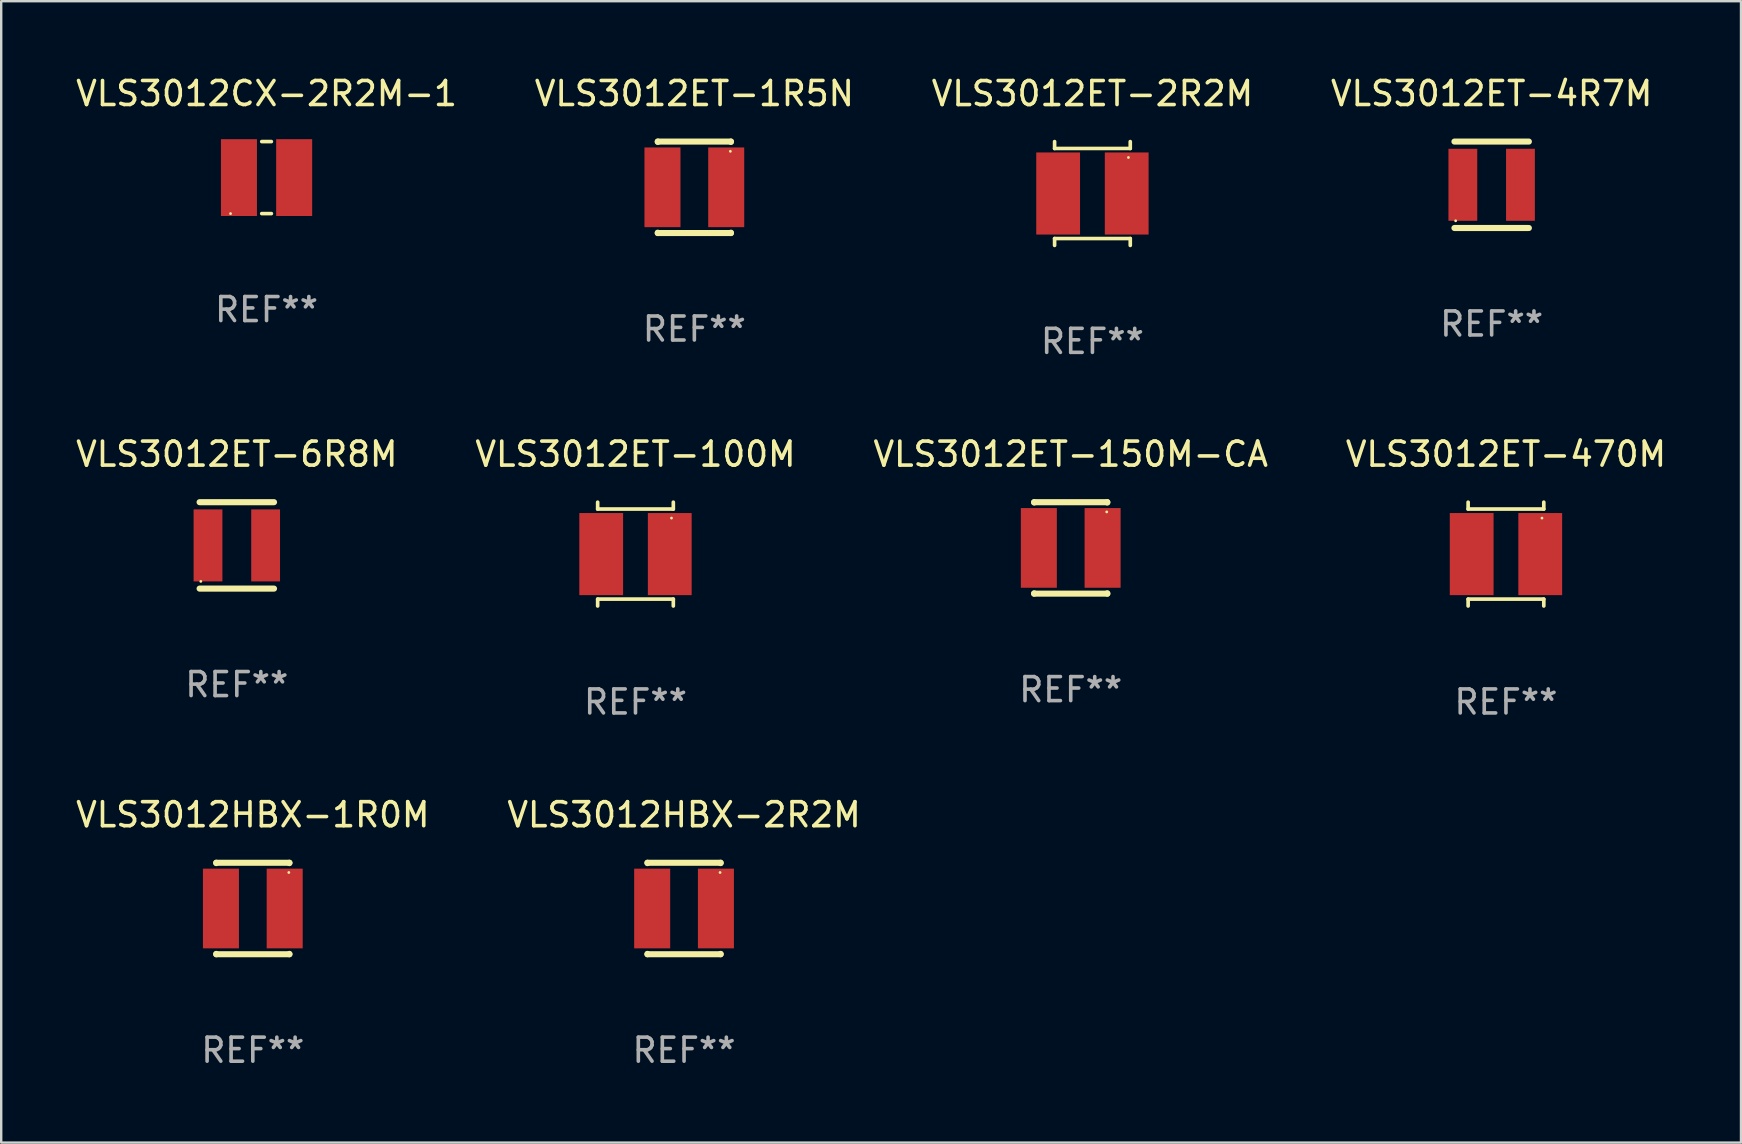
<source format=kicad_pcb>
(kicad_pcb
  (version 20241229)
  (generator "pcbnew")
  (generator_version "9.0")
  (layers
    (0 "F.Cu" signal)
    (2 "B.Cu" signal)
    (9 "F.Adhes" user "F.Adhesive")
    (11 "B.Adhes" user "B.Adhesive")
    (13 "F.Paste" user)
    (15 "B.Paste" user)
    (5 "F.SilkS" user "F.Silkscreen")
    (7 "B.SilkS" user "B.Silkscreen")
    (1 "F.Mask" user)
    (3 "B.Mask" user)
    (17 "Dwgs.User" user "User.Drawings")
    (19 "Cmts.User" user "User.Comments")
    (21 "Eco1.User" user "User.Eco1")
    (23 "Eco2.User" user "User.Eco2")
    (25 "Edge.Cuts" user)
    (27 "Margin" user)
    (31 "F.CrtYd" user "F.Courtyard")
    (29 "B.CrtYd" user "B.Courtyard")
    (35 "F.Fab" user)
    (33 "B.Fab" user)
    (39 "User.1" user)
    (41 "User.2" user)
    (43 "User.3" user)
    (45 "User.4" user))
  (footprint "VLS3012ET-100M"
    (layer "F.Cu")
    (at 23.423 20.032)
    (property "Reference" "VLS3012ET-100M" (at 0 -4.162 0) (layer "F.SilkS") (effects (font (size 1 1) (thickness 0.15))))
    (attr through_hole)
    (fp_line (start -1.576 -2.162) (end -1.576 -1.876) (stroke (width 0.152) (type solid)) (layer "F.SilkS"))
    (fp_line (start -1.576 -1.876) (end 1.576 -1.876) (stroke (width 0.152) (type solid)) (layer "F.SilkS"))
    (fp_line (start -1.576 1.876) (end 1.576 1.876) (stroke (width 0.152) (type solid)) (layer "F.SilkS"))
    (fp_line (start -1.576 2.162) (end -1.576 1.876) (stroke (width 0.152) (type solid)) (layer "F.SilkS"))
    (fp_line (start 1.576 -1.876) (end 1.576 -2.162) (stroke (width 0.152) (type solid)) (layer "F.SilkS"))
    (fp_line (start 1.576 1.876) (end 1.576 2.162) (stroke (width 0.152) (type solid)) (layer "F.SilkS"))
    (fp_circle (center 1.5 -1.5) (end 1.53 -1.5) (stroke (width 0.06) (type solid)) (fill no) (layer "F.SilkS"))
    (fp_text user "REF**" (at 0 6.162 0) (layer "F.Fab") (effects (font (size 1 1) (thickness 0.15))))
    (pad "1" smd rect (at 1.428 0) (size 1.824 3.42) (layers "F.Cu" "F.Mask" "F.Paste"))
    (pad "2" smd rect (at -1.428 0) (size 1.824 3.42) (layers "F.Cu" "F.Mask" "F.Paste")))
  (footprint "VLS3012ET-6R8M"
    (layer "F.Cu")
    (at 6.815 19.67)
    (property "Reference" "VLS3012ET-6R8M" (at 0 -3.8 0) (layer "F.SilkS") (effects (font (size 1 1) (thickness 0.15))))
    (attr through_hole)
    (fp_line (start -1.55 -1.8) (end 1.55 -1.8) (stroke (width 0.254) (type solid)) (layer "F.SilkS"))
    (fp_line (start -1.55 1.8) (end 1.55 1.8) (stroke (width 0.254) (type solid)) (layer "F.SilkS"))
    (fp_circle (center -1.5 1.5) (end -1.47 1.5) (stroke (width 0.06) (type solid)) (fill no) (layer "F.SilkS"))
    (fp_text user "REF**" (at 0 5.8 0) (layer "F.Fab") (effects (font (size 1 1) (thickness 0.15))))
    (pad "1" smd rect (at -1.2 0 90) (size 3 1.2) (layers "F.Cu" "F.Mask" "F.Paste"))
    (pad "2" smd rect (at 1.2 0 90) (size 3 1.2) (layers "F.Cu" "F.Mask" "F.Paste")))
  (footprint "VLS3012HBX-2R2M"
    (layer "F.Cu")
    (at 25.446 34.796)
    (property "Reference" "VLS3012HBX-2R2M" (at 0 -3.905 0) (layer "F.SilkS") (effects (font (size 1 1) (thickness 0.15))))
    (attr through_hole)
    (fp_line (start -1.524 -1.905) (end 1.524 -1.905) (stroke (width 0.254) (type solid)) (layer "F.SilkS"))
    (fp_line (start -1.524 -1.891) (end -1.524 -1.905) (stroke (width 0.254) (type solid)) (layer "F.SilkS"))
    (fp_line (start -1.524 1.905) (end -1.524 1.891) (stroke (width 0.254) (type solid)) (layer "F.SilkS"))
    (fp_line (start -1.524 1.905) (end 1.524 1.905) (stroke (width 0.254) (type solid)) (layer "F.SilkS"))
    (fp_line (start 1.524 -1.905) (end 1.524 -1.891) (stroke (width 0.254) (type solid)) (layer "F.SilkS"))
    (fp_line (start 1.524 1.891) (end 1.524 1.905) (stroke (width 0.254) (type solid)) (layer "F.SilkS"))
    (fp_circle (center 1.5 -1.5) (end 1.53 -1.5) (stroke (width 0.06) (type solid)) (fill no) (layer "F.SilkS"))
    (fp_text user "REF**" (at 0 5.905 0) (layer "F.Fab") (effects (font (size 1 1) (thickness 0.15))))
    (pad "1" smd rect (at 1.328 0) (size 1.5 3.32) (layers "F.Cu" "F.Mask" "F.Paste"))
    (pad "2" smd rect (at -1.328 0) (size 1.5 3.32) (layers "F.Cu" "F.Mask" "F.Paste")))
  (footprint "VLS3012ET-150M-CA"
    (layer "F.Cu")
    (at 41.554 19.775)
    (property "Reference" "VLS3012ET-150M-CA" (at 0 -3.905 0) (layer "F.SilkS") (effects (font (size 1 1) (thickness 0.15))))
    (attr through_hole)
    (fp_line (start -1.524 -1.905) (end 1.524 -1.905) (stroke (width 0.254) (type solid)) (layer "F.SilkS"))
    (fp_line (start -1.524 -1.891) (end -1.524 -1.905) (stroke (width 0.254) (type solid)) (layer "F.SilkS"))
    (fp_line (start -1.524 1.905) (end -1.524 1.891) (stroke (width 0.254) (type solid)) (layer "F.SilkS"))
    (fp_line (start -1.524 1.905) (end 1.524 1.905) (stroke (width 0.254) (type solid)) (layer "F.SilkS"))
    (fp_line (start 1.524 -1.905) (end 1.524 -1.891) (stroke (width 0.254) (type solid)) (layer "F.SilkS"))
    (fp_line (start 1.524 1.891) (end 1.524 1.905) (stroke (width 0.254) (type solid)) (layer "F.SilkS"))
    (fp_circle (center 1.5 -1.5) (end 1.53 -1.5) (stroke (width 0.06) (type solid)) (fill no) (layer "F.SilkS"))
    (fp_text user "REF**" (at 0 5.905 0) (layer "F.Fab") (effects (font (size 1 1) (thickness 0.15))))
    (pad "1" smd rect (at 1.328 0) (size 1.5 3.32) (layers "F.Cu" "F.Mask" "F.Paste"))
    (pad "2" smd rect (at -1.328 0) (size 1.5 3.32) (layers "F.Cu" "F.Mask" "F.Paste")))
  (footprint "VLS3012ET-4R7M"
    (layer "F.Cu")
    (at 59.089 4.648)
    (property "Reference" "VLS3012ET-4R7M" (at 0 -3.8 0) (layer "F.SilkS") (effects (font (size 1 1) (thickness 0.15))))
    (attr through_hole)
    (fp_line (start -1.55 -1.8) (end 1.55 -1.8) (stroke (width 0.254) (type solid)) (layer "F.SilkS"))
    (fp_line (start -1.55 1.8) (end 1.55 1.8) (stroke (width 0.254) (type solid)) (layer "F.SilkS"))
    (fp_circle (center -1.5 1.5) (end -1.47 1.5) (stroke (width 0.06) (type solid)) (fill no) (layer "F.SilkS"))
    (fp_text user "REF**" (at 0 5.8 0) (layer "F.Fab") (effects (font (size 1 1) (thickness 0.15))))
    (pad "1" smd rect (at -1.2 0 90) (size 3 1.2) (layers "F.Cu" "F.Mask" "F.Paste"))
    (pad "2" smd rect (at 1.2 0 90) (size 3 1.2) (layers "F.Cu" "F.Mask" "F.Paste")))
  (footprint "VLS3012HBX-1R0M"
    (layer "F.Cu")
    (at 7.482 34.796)
    (property "Reference" "VLS3012HBX-1R0M" (at 0 -3.905 0) (layer "F.SilkS") (effects (font (size 1 1) (thickness 0.15))))
    (attr through_hole)
    (fp_line (start -1.524 -1.905) (end 1.524 -1.905) (stroke (width 0.254) (type solid)) (layer "F.SilkS"))
    (fp_line (start -1.524 -1.891) (end -1.524 -1.905) (stroke (width 0.254) (type solid)) (layer "F.SilkS"))
    (fp_line (start -1.524 1.905) (end -1.524 1.891) (stroke (width 0.254) (type solid)) (layer "F.SilkS"))
    (fp_line (start -1.524 1.905) (end 1.524 1.905) (stroke (width 0.254) (type solid)) (layer "F.SilkS"))
    (fp_line (start 1.524 -1.905) (end 1.524 -1.891) (stroke (width 0.254) (type solid)) (layer "F.SilkS"))
    (fp_line (start 1.524 1.891) (end 1.524 1.905) (stroke (width 0.254) (type solid)) (layer "F.SilkS"))
    (fp_circle (center 1.5 -1.5) (end 1.53 -1.5) (stroke (width 0.06) (type solid)) (fill no) (layer "F.SilkS"))
    (fp_text user "REF**" (at 0 5.905 0) (layer "F.Fab") (effects (font (size 1 1) (thickness 0.15))))
    (pad "1" smd rect (at 1.328 0) (size 1.5 3.32) (layers "F.Cu" "F.Mask" "F.Paste"))
    (pad "2" smd rect (at -1.328 0) (size 1.5 3.32) (layers "F.Cu" "F.Mask" "F.Paste")))
  (footprint "VLS3012CX-2R2M-1"
    (layer "F.Cu")
    (at 8.054 4.348)
    (property "Reference" "VLS3012CX-2R2M-1" (at 0 -3.5 0) (layer "F.SilkS") (effects (font (size 1 1) (thickness 0.15))))
    (attr through_hole)
    (fp_line (start -0.2 -1.5) (end 0.2 -1.5) (stroke (width 0.152) (type solid)) (layer "F.SilkS"))
    (fp_line (start 0.2 1.5) (end -0.2 1.5) (stroke (width 0.152) (type solid)) (layer "F.SilkS"))
    (fp_circle (center -1.5 1.5) (end -1.47 1.5) (stroke (width 0.06) (type solid)) (fill no) (layer "F.SilkS"))
    (fp_text user "REF**" (at 0 5.5 0) (layer "F.Fab") (effects (font (size 1 1) (thickness 0.15))))
    (pad "1" smd rect (at -1.15 -0.000025) (size 1.5 3.2) (layers "F.Cu" "F.Mask" "F.Paste"))
    (pad "2" smd rect (at 1.15 -0.000025) (size 1.5 3.2) (layers "F.Cu" "F.Mask" "F.Paste")))
  (footprint "VLS3012ET-2R2M"
    (layer "F.Cu")
    (at 42.458 5.011)
    (property "Reference" "VLS3012ET-2R2M" (at 0 -4.162 0) (layer "F.SilkS") (effects (font (size 1 1) (thickness 0.15))))
    (attr through_hole)
    (fp_line (start -1.576 -2.162) (end -1.576 -1.876) (stroke (width 0.152) (type solid)) (layer "F.SilkS"))
    (fp_line (start -1.576 -1.876) (end 1.576 -1.876) (stroke (width 0.152) (type solid)) (layer "F.SilkS"))
    (fp_line (start -1.576 1.876) (end 1.576 1.876) (stroke (width 0.152) (type solid)) (layer "F.SilkS"))
    (fp_line (start -1.576 2.162) (end -1.576 1.876) (stroke (width 0.152) (type solid)) (layer "F.SilkS"))
    (fp_line (start 1.576 -1.876) (end 1.576 -2.162) (stroke (width 0.152) (type solid)) (layer "F.SilkS"))
    (fp_line (start 1.576 1.876) (end 1.576 2.162) (stroke (width 0.152) (type solid)) (layer "F.SilkS"))
    (fp_circle (center 1.5 -1.5) (end 1.53 -1.5) (stroke (width 0.06) (type solid)) (fill no) (layer "F.SilkS"))
    (fp_text user "REF**" (at 0 6.162 0) (layer "F.Fab") (effects (font (size 1 1) (thickness 0.15))))
    (pad "1" smd rect (at 1.428 0) (size 1.824 3.42) (layers "F.Cu" "F.Mask" "F.Paste"))
    (pad "2" smd rect (at -1.428 0) (size 1.824 3.42) (layers "F.Cu" "F.Mask" "F.Paste")))
  (footprint "VLS3012ET-1R5N"
    (layer "F.Cu")
    (at 25.875 4.753)
    (property "Reference" "VLS3012ET-1R5N" (at 0 -3.905 0) (layer "F.SilkS") (effects (font (size 1 1) (thickness 0.15))))
    (attr through_hole)
    (fp_line (start -1.524 -1.905) (end 1.524 -1.905) (stroke (width 0.254) (type solid)) (layer "F.SilkS"))
    (fp_line (start -1.524 -1.891) (end -1.524 -1.905) (stroke (width 0.254) (type solid)) (layer "F.SilkS"))
    (fp_line (start -1.524 1.905) (end -1.524 1.891) (stroke (width 0.254) (type solid)) (layer "F.SilkS"))
    (fp_line (start -1.524 1.905) (end 1.524 1.905) (stroke (width 0.254) (type solid)) (layer "F.SilkS"))
    (fp_line (start 1.524 -1.905) (end 1.524 -1.891) (stroke (width 0.254) (type solid)) (layer "F.SilkS"))
    (fp_line (start 1.524 1.891) (end 1.524 1.905) (stroke (width 0.254) (type solid)) (layer "F.SilkS"))
    (fp_circle (center 1.5 -1.5) (end 1.53 -1.5) (stroke (width 0.06) (type solid)) (fill no) (layer "F.SilkS"))
    (fp_text user "REF**" (at 0 5.905 0) (layer "F.Fab") (effects (font (size 1 1) (thickness 0.15))))
    (pad "1" smd rect (at 1.328 0) (size 1.5 3.32) (layers "F.Cu" "F.Mask" "F.Paste"))
    (pad "2" smd rect (at -1.328 0) (size 1.5 3.32) (layers "F.Cu" "F.Mask" "F.Paste")))
  (footprint "VLS3012ET-470M"
    (layer "F.Cu")
    (at 59.685 20.032)
    (property "Reference" "VLS3012ET-470M" (at 0 -4.162 0) (layer "F.SilkS") (effects (font (size 1 1) (thickness 0.15))))
    (attr through_hole)
    (fp_line (start -1.576 -2.162) (end -1.576 -1.876) (stroke (width 0.152) (type solid)) (layer "F.SilkS"))
    (fp_line (start -1.576 -1.876) (end 1.576 -1.876) (stroke (width 0.152) (type solid)) (layer "F.SilkS"))
    (fp_line (start -1.576 1.876) (end 1.576 1.876) (stroke (width 0.152) (type solid)) (layer "F.SilkS"))
    (fp_line (start -1.576 2.162) (end -1.576 1.876) (stroke (width 0.152) (type solid)) (layer "F.SilkS"))
    (fp_line (start 1.576 -1.876) (end 1.576 -2.162) (stroke (width 0.152) (type solid)) (layer "F.SilkS"))
    (fp_line (start 1.576 1.876) (end 1.576 2.162) (stroke (width 0.152) (type solid)) (layer "F.SilkS"))
    (fp_circle (center 1.5 -1.5) (end 1.53 -1.5) (stroke (width 0.06) (type solid)) (fill no) (layer "F.SilkS"))
    (fp_text user "REF**" (at 0 6.162 0) (layer "F.Fab") (effects (font (size 1 1) (thickness 0.15))))
    (pad "1" smd rect (at 1.428 0) (size 1.824 3.42) (layers "F.Cu" "F.Mask" "F.Paste"))
    (pad "2" smd rect (at -1.428 0) (size 1.824 3.42) (layers "F.Cu" "F.Mask" "F.Paste")))
  (gr_rect
    (start -3 -3)
    (end 69.476 44.549)
    (stroke (width 0.1) (type default))
    (fill no)
    (layer "Edge.Cuts")))
</source>
